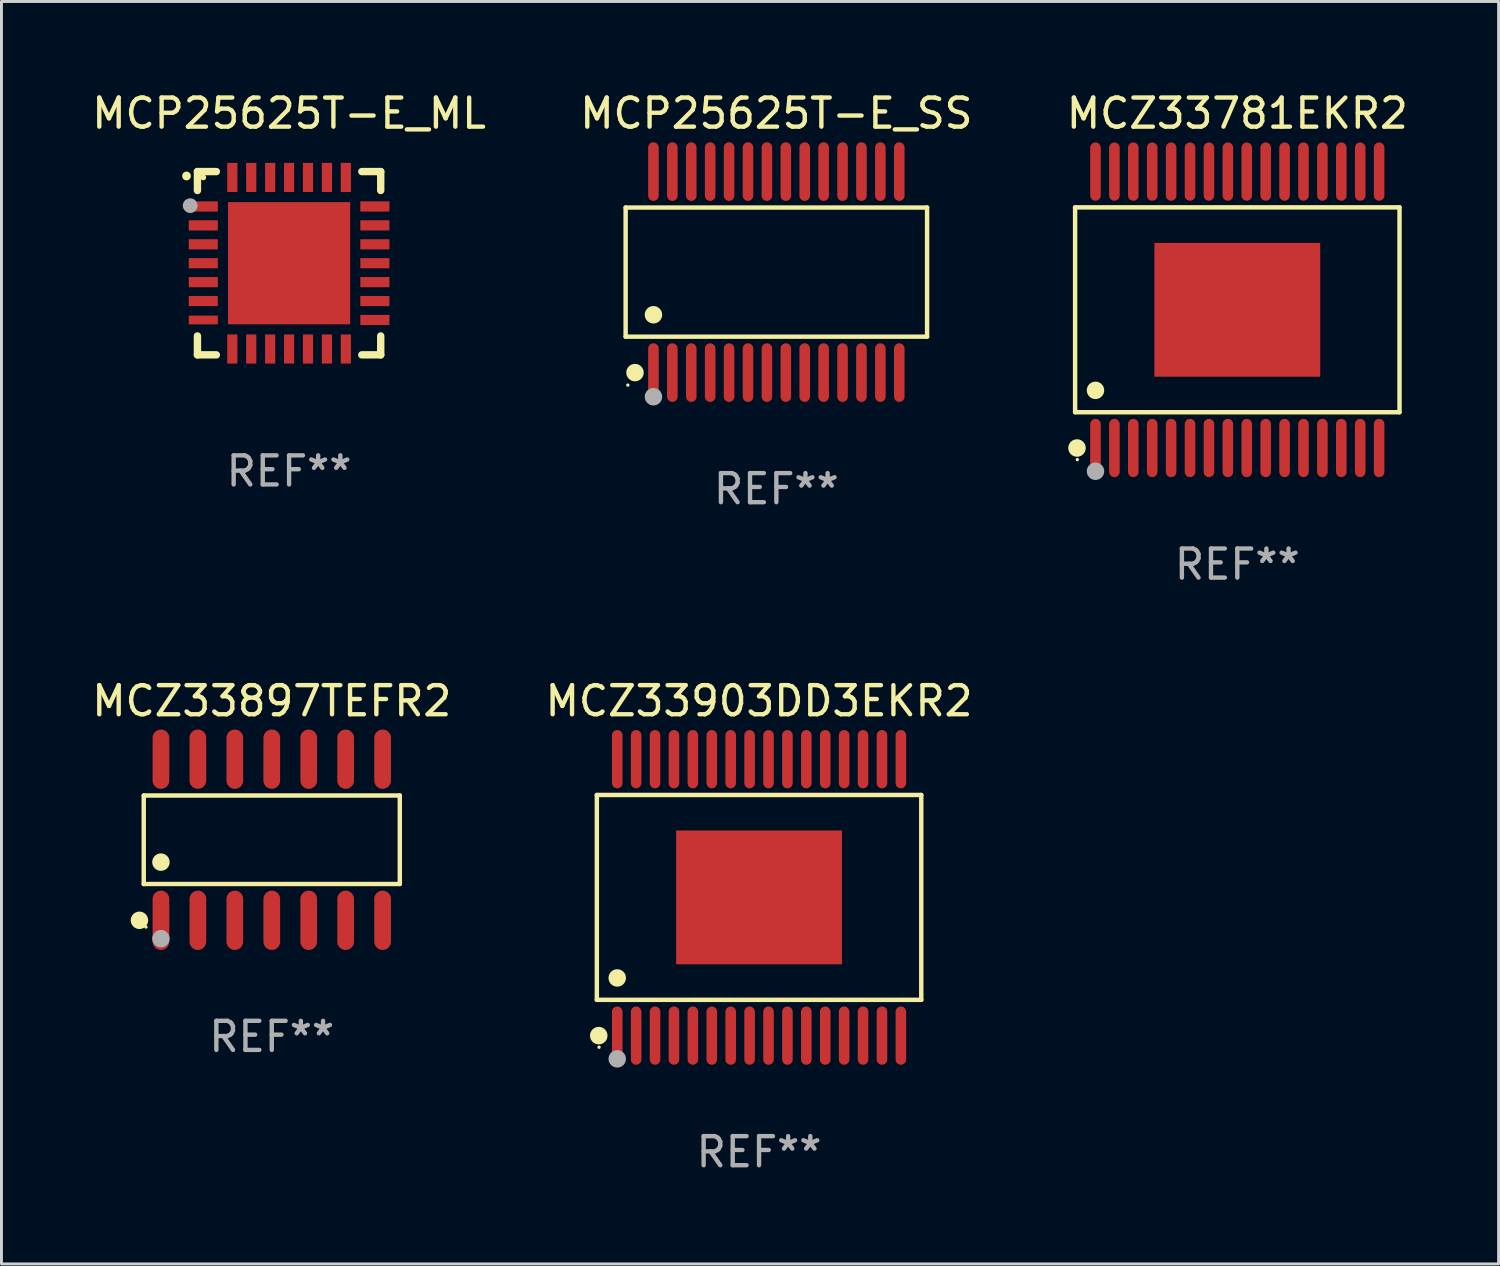
<source format=kicad_pcb>
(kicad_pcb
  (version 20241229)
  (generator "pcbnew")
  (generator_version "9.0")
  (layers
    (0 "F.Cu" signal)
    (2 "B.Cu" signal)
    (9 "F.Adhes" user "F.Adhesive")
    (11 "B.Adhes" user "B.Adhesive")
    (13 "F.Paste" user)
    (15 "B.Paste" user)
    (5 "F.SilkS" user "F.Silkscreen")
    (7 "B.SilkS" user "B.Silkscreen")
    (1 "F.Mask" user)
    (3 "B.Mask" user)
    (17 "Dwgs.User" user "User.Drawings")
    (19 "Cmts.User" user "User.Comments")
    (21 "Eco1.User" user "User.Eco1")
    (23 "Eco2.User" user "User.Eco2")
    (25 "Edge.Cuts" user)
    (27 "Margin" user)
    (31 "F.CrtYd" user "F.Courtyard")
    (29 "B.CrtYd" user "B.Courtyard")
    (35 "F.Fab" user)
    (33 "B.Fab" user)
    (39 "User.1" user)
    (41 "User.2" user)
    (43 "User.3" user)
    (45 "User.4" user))
  (footprint "MCP25625T-E_SS"
    (layer "F.Cu")
    (at 23.637 6.303)
    (property "Reference" "MCP25625T-E_SS" (at 0 -5.455 0) (layer "F.SilkS") (effects (font (size 1 1) (thickness 0.15))))
    (attr through_hole)
    (fp_line (start -5.181 -2.219) (end 5.181 -2.219) (stroke (width 0.152) (type solid)) (layer "F.SilkS"))
    (fp_line (start -5.181 2.219) (end -5.181 -2.219) (stroke (width 0.152) (type solid)) (layer "F.SilkS"))
    (fp_line (start 5.181 -2.219) (end 5.181 2.219) (stroke (width 0.152) (type solid)) (layer "F.SilkS"))
    (fp_line (start 5.181 2.219) (end -5.181 2.219) (stroke (width 0.152) (type solid)) (layer "F.SilkS"))
    (fp_circle (center -5.105 3.885) (end -5.075 3.885) (stroke (width 0.06) (type solid)) (fill no) (layer "F.SilkS"))
    (fp_circle (center -4.859 3.455) (end -4.709 3.455) (stroke (width 0.3) (type solid)) (fill no) (layer "F.SilkS"))
    (fp_circle (center -4.225 1.467) (end -4.075 1.467) (stroke (width 0.3) (type solid)) (fill no) (layer "F.SilkS"))
    (fp_circle (center -4.225 4.285) (end -4.075 4.285) (stroke (width 0.3) (type solid)) (fill no) (layer "F.Fab"))
    (fp_text user "REF**" (at 0 7.455 0) (layer "F.Fab") (effects (font (size 1 1) (thickness 0.15))))
    (pad "1" smd oval (at -4.225 3.455) (size 0.364 2.015) (layers "F.Cu" "F.Mask" "F.Paste"))
    (pad "2" smd oval (at -3.575 3.455) (size 0.364 2.015) (layers "F.Cu" "F.Mask" "F.Paste"))
    (pad "3" smd oval (at -2.925 3.455) (size 0.364 2.015) (layers "F.Cu" "F.Mask" "F.Paste"))
    (pad "4" smd oval (at -2.275 3.455) (size 0.364 2.015) (layers "F.Cu" "F.Mask" "F.Paste"))
    (pad "5" smd oval (at -1.625 3.455) (size 0.364 2.015) (layers "F.Cu" "F.Mask" "F.Paste"))
    (pad "6" smd oval (at -0.975 3.455) (size 0.364 2.015) (layers "F.Cu" "F.Mask" "F.Paste"))
    (pad "7" smd oval (at -0.325 3.455) (size 0.364 2.015) (layers "F.Cu" "F.Mask" "F.Paste"))
    (pad "8" smd oval (at 0.325 3.455) (size 0.364 2.015) (layers "F.Cu" "F.Mask" "F.Paste"))
    (pad "9" smd oval (at 0.975 3.455) (size 0.364 2.015) (layers "F.Cu" "F.Mask" "F.Paste"))
    (pad "10" smd oval (at 1.625 3.455) (size 0.364 2.015) (layers "F.Cu" "F.Mask" "F.Paste"))
    (pad "11" smd oval (at 2.275 3.455) (size 0.364 2.015) (layers "F.Cu" "F.Mask" "F.Paste"))
    (pad "12" smd oval (at 2.925 3.455) (size 0.364 2.015) (layers "F.Cu" "F.Mask" "F.Paste"))
    (pad "13" smd oval (at 3.575 3.455) (size 0.364 2.015) (layers "F.Cu" "F.Mask" "F.Paste"))
    (pad "14" smd oval (at 4.225 3.455) (size 0.364 2.015) (layers "F.Cu" "F.Mask" "F.Paste"))
    (pad "15" smd oval (at 4.225 -3.455) (size 0.364 2.015) (layers "F.Cu" "F.Mask" "F.Paste"))
    (pad "16" smd oval (at 3.575 -3.455) (size 0.364 2.015) (layers "F.Cu" "F.Mask" "F.Paste"))
    (pad "17" smd oval (at 2.925 -3.455) (size 0.364 2.015) (layers "F.Cu" "F.Mask" "F.Paste"))
    (pad "18" smd oval (at 2.275 -3.455) (size 0.364 2.015) (layers "F.Cu" "F.Mask" "F.Paste"))
    (pad "19" smd oval (at 1.625 -3.455) (size 0.364 2.015) (layers "F.Cu" "F.Mask" "F.Paste"))
    (pad "20" smd oval (at 0.975 -3.455) (size 0.364 2.015) (layers "F.Cu" "F.Mask" "F.Paste"))
    (pad "21" smd oval (at 0.325 -3.455) (size 0.364 2.015) (layers "F.Cu" "F.Mask" "F.Paste"))
    (pad "22" smd oval (at -0.325 -3.455) (size 0.364 2.015) (layers "F.Cu" "F.Mask" "F.Paste"))
    (pad "23" smd oval (at -0.975 -3.455) (size 0.364 2.015) (layers "F.Cu" "F.Mask" "F.Paste"))
    (pad "24" smd oval (at -1.625 -3.455) (size 0.364 2.015) (layers "F.Cu" "F.Mask" "F.Paste"))
    (pad "25" smd oval (at -2.275 -3.455) (size 0.364 2.015) (layers "F.Cu" "F.Mask" "F.Paste"))
    (pad "26" smd oval (at -2.925 -3.455) (size 0.364 2.015) (layers "F.Cu" "F.Mask" "F.Paste"))
    (pad "27" smd oval (at -3.575 -3.455) (size 0.364 2.015) (layers "F.Cu" "F.Mask" "F.Paste"))
    (pad "28" smd oval (at -4.225 -3.455) (size 0.364 2.015) (layers "F.Cu" "F.Mask" "F.Paste")))
  (footprint "MCZ33903DD3EKR2"
    (layer "F.Cu")
    (at 23.042 27.798)
    (property "Reference" "MCZ33903DD3EKR2" (at 0 -6.751 0) (layer "F.SilkS") (effects (font (size 1 1) (thickness 0.15))))
    (attr through_hole)
    (fp_line (start -5.576 -3.521) (end 5.576 -3.521) (stroke (width 0.152) (type solid)) (layer "F.SilkS"))
    (fp_line (start -5.576 3.521) (end -5.576 -3.521) (stroke (width 0.152) (type solid)) (layer "F.SilkS"))
    (fp_line (start 5.576 -3.521) (end 5.576 3.521) (stroke (width 0.152) (type solid)) (layer "F.SilkS"))
    (fp_line (start 5.576 3.521) (end -5.576 3.521) (stroke (width 0.152) (type solid)) (layer "F.SilkS"))
    (fp_circle (center -5.51 4.751) (end -5.359 4.751) (stroke (width 0.3) (type solid)) (fill no) (layer "F.SilkS"))
    (fp_circle (center -5.5 5.15) (end -5.47 5.15) (stroke (width 0.06) (type solid)) (fill no) (layer "F.SilkS"))
    (fp_circle (center -4.875 2.769) (end -4.725 2.769) (stroke (width 0.3) (type solid)) (fill no) (layer "F.SilkS"))
    (fp_circle (center -4.875 5.55) (end -4.725 5.55) (stroke (width 0.3) (type solid)) (fill no) (layer "F.Fab"))
    (fp_text user "REF**" (at 0 8.751 0) (layer "F.Fab") (effects (font (size 1 1) (thickness 0.15))))
    (pad "1" smd oval (at -4.875 4.751) (size 0.364 2.002) (layers "F.Cu" "F.Mask" "F.Paste"))
    (pad "2" smd oval (at -4.225 4.751) (size 0.364 2.002) (layers "F.Cu" "F.Mask" "F.Paste"))
    (pad "3" smd oval (at -3.575 4.751) (size 0.364 2.002) (layers "F.Cu" "F.Mask" "F.Paste"))
    (pad "4" smd oval (at -2.925 4.751) (size 0.364 2.002) (layers "F.Cu" "F.Mask" "F.Paste"))
    (pad "5" smd oval (at -2.275 4.751) (size 0.364 2.002) (layers "F.Cu" "F.Mask" "F.Paste"))
    (pad "6" smd oval (at -1.625 4.751) (size 0.364 2.002) (layers "F.Cu" "F.Mask" "F.Paste"))
    (pad "7" smd oval (at -0.975 4.751) (size 0.364 2.002) (layers "F.Cu" "F.Mask" "F.Paste"))
    (pad "8" smd oval (at -0.325 4.751) (size 0.364 2.002) (layers "F.Cu" "F.Mask" "F.Paste"))
    (pad "9" smd oval (at 0.325 4.751) (size 0.364 2.002) (layers "F.Cu" "F.Mask" "F.Paste"))
    (pad "10" smd oval (at 0.975 4.751) (size 0.364 2.002) (layers "F.Cu" "F.Mask" "F.Paste"))
    (pad "11" smd oval (at 1.625 4.751) (size 0.364 2.002) (layers "F.Cu" "F.Mask" "F.Paste"))
    (pad "12" smd oval (at 2.275 4.751) (size 0.364 2.002) (layers "F.Cu" "F.Mask" "F.Paste"))
    (pad "13" smd oval (at 2.925 4.751) (size 0.364 2.002) (layers "F.Cu" "F.Mask" "F.Paste"))
    (pad "14" smd oval (at 3.575 4.751) (size 0.364 2.002) (layers "F.Cu" "F.Mask" "F.Paste"))
    (pad "15" smd oval (at 4.225 4.751) (size 0.364 2.002) (layers "F.Cu" "F.Mask" "F.Paste"))
    (pad "16" smd oval (at 4.875 4.751) (size 0.364 2.002) (layers "F.Cu" "F.Mask" "F.Paste"))
    (pad "17" smd oval (at 4.875 -4.751) (size 0.364 2.002) (layers "F.Cu" "F.Mask" "F.Paste"))
    (pad "18" smd oval (at 4.225 -4.751) (size 0.364 2.002) (layers "F.Cu" "F.Mask" "F.Paste"))
    (pad "19" smd oval (at 3.575 -4.751) (size 0.364 2.002) (layers "F.Cu" "F.Mask" "F.Paste"))
    (pad "20" smd oval (at 2.925 -4.751) (size 0.364 2.002) (layers "F.Cu" "F.Mask" "F.Paste"))
    (pad "21" smd oval (at 2.275 -4.751) (size 0.364 2.002) (layers "F.Cu" "F.Mask" "F.Paste"))
    (pad "22" smd oval (at 1.625 -4.751) (size 0.364 2.002) (layers "F.Cu" "F.Mask" "F.Paste"))
    (pad "23" smd oval (at 0.975 -4.751) (size 0.364 2.002) (layers "F.Cu" "F.Mask" "F.Paste"))
    (pad "24" smd oval (at 0.325 -4.751) (size 0.364 2.002) (layers "F.Cu" "F.Mask" "F.Paste"))
    (pad "25" smd oval (at -0.325 -4.751) (size 0.364 2.002) (layers "F.Cu" "F.Mask" "F.Paste"))
    (pad "26" smd oval (at -0.975 -4.751) (size 0.364 2.002) (layers "F.Cu" "F.Mask" "F.Paste"))
    (pad "27" smd oval (at -1.625 -4.751) (size 0.364 2.002) (layers "F.Cu" "F.Mask" "F.Paste"))
    (pad "28" smd oval (at -2.275 -4.751) (size 0.364 2.002) (layers "F.Cu" "F.Mask" "F.Paste"))
    (pad "29" smd oval (at -2.925 -4.751) (size 0.364 2.002) (layers "F.Cu" "F.Mask" "F.Paste"))
    (pad "30" smd oval (at -3.575 -4.751) (size 0.364 2.002) (layers "F.Cu" "F.Mask" "F.Paste"))
    (pad "31" smd oval (at -4.225 -4.751) (size 0.364 2.002) (layers "F.Cu" "F.Mask" "F.Paste"))
    (pad "32" smd oval (at -4.875 -4.751) (size 0.364 2.002) (layers "F.Cu" "F.Mask" "F.Paste"))
    (pad "33" smd rect (at 0 0) (size 5.7 4.6) (layers "F.Cu" "F.Mask" "F.Paste")))
  (footprint "MCZ33897TEFR2"
    (layer "F.Cu")
    (at 6.292 25.816)
    (property "Reference" "MCZ33897TEFR2" (at 0 -4.769 0) (layer "F.SilkS") (effects (font (size 1 1) (thickness 0.15))))
    (attr through_hole)
    (fp_line (start -4.401 -1.521) (end 4.401 -1.521) (stroke (width 0.152) (type solid)) (layer "F.SilkS"))
    (fp_line (start -4.401 1.521) (end -4.401 -1.521) (stroke (width 0.152) (type solid)) (layer "F.SilkS"))
    (fp_line (start 4.401 -1.521) (end 4.401 1.521) (stroke (width 0.152) (type solid)) (layer "F.SilkS"))
    (fp_line (start 4.401 1.521) (end -4.401 1.521) (stroke (width 0.152) (type solid)) (layer "F.SilkS"))
    (fp_circle (center -4.549 2.769) (end -4.399 2.769) (stroke (width 0.3) (type solid)) (fill no) (layer "F.SilkS"))
    (fp_circle (center -4.325 3) (end -4.295 3) (stroke (width 0.06) (type solid)) (fill no) (layer "F.SilkS"))
    (fp_circle (center -3.81 0.769) (end -3.66 0.769) (stroke (width 0.3) (type solid)) (fill no) (layer "F.SilkS"))
    (fp_circle (center -3.81 3.4) (end -3.66 3.4) (stroke (width 0.3) (type solid)) (fill no) (layer "F.Fab"))
    (fp_text user "REF**" (at 0 6.769 0) (layer "F.Fab") (effects (font (size 1 1) (thickness 0.15))))
    (pad "1" smd oval (at -3.81 2.769) (size 0.574 2.038) (layers "F.Cu" "F.Mask" "F.Paste"))
    (pad "2" smd oval (at -2.54 2.769) (size 0.574 2.038) (layers "F.Cu" "F.Mask" "F.Paste"))
    (pad "3" smd oval (at -1.27 2.769) (size 0.574 2.038) (layers "F.Cu" "F.Mask" "F.Paste"))
    (pad "4" smd oval (at 0 2.769) (size 0.574 2.038) (layers "F.Cu" "F.Mask" "F.Paste"))
    (pad "5" smd oval (at 1.27 2.769) (size 0.574 2.038) (layers "F.Cu" "F.Mask" "F.Paste"))
    (pad "6" smd oval (at 2.54 2.769) (size 0.574 2.038) (layers "F.Cu" "F.Mask" "F.Paste"))
    (pad "7" smd oval (at 3.81 2.769) (size 0.574 2.038) (layers "F.Cu" "F.Mask" "F.Paste"))
    (pad "8" smd oval (at 3.81 -2.769) (size 0.574 2.038) (layers "F.Cu" "F.Mask" "F.Paste"))
    (pad "9" smd oval (at 2.54 -2.769) (size 0.574 2.038) (layers "F.Cu" "F.Mask" "F.Paste"))
    (pad "10" smd oval (at 1.27 -2.769) (size 0.574 2.038) (layers "F.Cu" "F.Mask" "F.Paste"))
    (pad "11" smd oval (at 0 -2.769) (size 0.574 2.038) (layers "F.Cu" "F.Mask" "F.Paste"))
    (pad "12" smd oval (at -1.27 -2.769) (size 0.574 2.038) (layers "F.Cu" "F.Mask" "F.Paste"))
    (pad "13" smd oval (at -2.54 -2.769) (size 0.574 2.038) (layers "F.Cu" "F.Mask" "F.Paste"))
    (pad "14" smd oval (at -3.81 -2.769) (size 0.574 2.038) (layers "F.Cu" "F.Mask" "F.Paste")))
  (footprint "MCP25625T-E_ML"
    (layer "F.Cu")
    (at 6.887 5.998)
    (property "Reference" "MCP25625T-E_ML" (at 0 -5.15 0) (layer "F.SilkS") (effects (font (size 1 1) (thickness 0.15))))
    (attr through_hole)
    (fp_line (start -3.15 -3.15) (end -2.5 -3.15) (stroke (width 0.254) (type solid)) (layer "F.SilkS"))
    (fp_line (start -3.15 -2.5) (end -3.15 -3.15) (stroke (width 0.254) (type solid)) (layer "F.SilkS"))
    (fp_line (start -3.15 3.15) (end -3.15 2.5) (stroke (width 0.254) (type solid)) (layer "F.SilkS"))
    (fp_line (start -2.5 3.15) (end -3.15 3.15) (stroke (width 0.254) (type solid)) (layer "F.SilkS"))
    (fp_line (start 2.5 -3.15) (end 3.15 -3.15) (stroke (width 0.254) (type solid)) (layer "F.SilkS"))
    (fp_line (start 2.5 3.15) (end 3.15 3.15) (stroke (width 0.254) (type solid)) (layer "F.SilkS"))
    (fp_line (start 3.15 -3.15) (end 3.15 -2.5) (stroke (width 0.254) (type solid)) (layer "F.SilkS"))
    (fp_line (start 3.15 3.15) (end 3.15 2.5) (stroke (width 0.254) (type solid)) (layer "F.SilkS"))
    (fp_arc (start -3.525527 -2.997206) (mid -3.525532 -2.998476) (end -3.525527 -2.999746) (stroke (width 0.3) (type solid)) (layer "F.SilkS"))
    (fp_circle (center -2.95 -2.95) (end -2.9 -2.95) (stroke (width 0.1) (type solid)) (fill no) (layer "F.SilkS"))
    (fp_circle (center -3.4 -1.98) (end -3.273 -1.98) (stroke (width 0.254) (type solid)) (fill no) (layer "F.Fab"))
    (fp_text user "REF**" (at 0 7.15 0) (layer "F.Fab") (effects (font (size 1 1) (thickness 0.15))))
    (pad "1" smd rect (at -2.949 -1.951 90) (size 0.35 1) (layers "F.Cu" "F.Mask" "F.Paste"))
    (pad "2" smd rect (at -2.949 -1.301 90) (size 0.35 1) (layers "F.Cu" "F.Mask" "F.Paste"))
    (pad "3" smd rect (at -2.949 -0.65 90) (size 0.35 1) (layers "F.Cu" "F.Mask" "F.Paste"))
    (pad "4" smd rect (at -2.949 -0.000025 90) (size 0.35 1) (layers "F.Cu" "F.Mask" "F.Paste"))
    (pad "5" smd rect (at -2.949 0.65 90) (size 0.35 1) (layers "F.Cu" "F.Mask" "F.Paste"))
    (pad "6" smd rect (at -2.949 1.3 90) (size 0.35 1) (layers "F.Cu" "F.Mask" "F.Paste"))
    (pad "7" smd rect (at -2.949 1.951 90) (size 0.3 1) (layers "F.Cu" "F.Mask" "F.Paste"))
    (pad "8" smd rect (at -1.951 2.949) (size 0.35 1) (layers "F.Cu" "F.Mask" "F.Paste"))
    (pad "9" smd rect (at -1.301 2.949) (size 0.35 1) (layers "F.Cu" "F.Mask" "F.Paste"))
    (pad "10" smd rect (at -0.65 2.949) (size 0.35 1) (layers "F.Cu" "F.Mask" "F.Paste"))
    (pad "11" smd rect (at -0.000076 2.949) (size 0.35 1) (layers "F.Cu" "F.Mask" "F.Paste"))
    (pad "12" smd rect (at 0.65 2.949) (size 0.35 1) (layers "F.Cu" "F.Mask" "F.Paste"))
    (pad "13" smd rect (at 1.3 2.949) (size 0.35 1) (layers "F.Cu" "F.Mask" "F.Paste"))
    (pad "14" smd rect (at 1.951 2.949) (size 0.35 1) (layers "F.Cu" "F.Mask" "F.Paste"))
    (pad "15" smd rect (at 2.949 1.951 90) (size 0.35 1) (layers "F.Cu" "F.Mask" "F.Paste"))
    (pad "16" smd rect (at 2.949 1.3 90) (size 0.35 1) (layers "F.Cu" "F.Mask" "F.Paste"))
    (pad "17" smd rect (at 2.949 0.65 90) (size 0.35 1) (layers "F.Cu" "F.Mask" "F.Paste"))
    (pad "18" smd rect (at 2.949 -0.000025 90) (size 0.35 1) (layers "F.Cu" "F.Mask" "F.Paste"))
    (pad "19" smd rect (at 2.949 -0.65 90) (size 0.35 1) (layers "F.Cu" "F.Mask" "F.Paste"))
    (pad "20" smd rect (at 2.949 -1.301 90) (size 0.35 1) (layers "F.Cu" "F.Mask" "F.Paste"))
    (pad "21" smd rect (at 2.949 -1.951 90) (size 0.35 1) (layers "F.Cu" "F.Mask" "F.Paste"))
    (pad "22" smd rect (at 1.951 -2.949) (size 0.35 1) (layers "F.Cu" "F.Mask" "F.Paste"))
    (pad "23" smd rect (at 1.3 -2.949) (size 0.35 1) (layers "F.Cu" "F.Mask" "F.Paste"))
    (pad "24" smd rect (at 0.65 -2.949) (size 0.35 1) (layers "F.Cu" "F.Mask" "F.Paste"))
    (pad "25" smd rect (at -0.000076 -2.949) (size 0.35 1) (layers "F.Cu" "F.Mask" "F.Paste"))
    (pad "26" smd rect (at -0.65 -2.949) (size 0.35 1) (layers "F.Cu" "F.Mask" "F.Paste"))
    (pad "27" smd rect (at -1.301 -2.949) (size 0.35 1) (layers "F.Cu" "F.Mask" "F.Paste"))
    (pad "28" smd rect (at -1.951 -2.949) (size 0.35 1) (layers "F.Cu" "F.Mask" "F.Paste"))
    (pad "29" smd rect (at -0.000076 -0.000025) (size 4.2 4.2) (layers "F.Cu" "F.Mask" "F.Paste")))
  (footprint "MCZ33781EKR2"
    (layer "F.Cu")
    (at 39.482 7.599)
    (property "Reference" "MCZ33781EKR2" (at 0 -6.751 0) (layer "F.SilkS") (effects (font (size 1 1) (thickness 0.15))))
    (attr through_hole)
    (fp_line (start -5.576 -3.521) (end 5.576 -3.521) (stroke (width 0.152) (type solid)) (layer "F.SilkS"))
    (fp_line (start -5.576 3.521) (end -5.576 -3.521) (stroke (width 0.152) (type solid)) (layer "F.SilkS"))
    (fp_line (start 5.576 -3.521) (end 5.576 3.521) (stroke (width 0.152) (type solid)) (layer "F.SilkS"))
    (fp_line (start 5.576 3.521) (end -5.576 3.521) (stroke (width 0.152) (type solid)) (layer "F.SilkS"))
    (fp_circle (center -5.51 4.751) (end -5.359 4.751) (stroke (width 0.3) (type solid)) (fill no) (layer "F.SilkS"))
    (fp_circle (center -5.5 5.15) (end -5.47 5.15) (stroke (width 0.06) (type solid)) (fill no) (layer "F.SilkS"))
    (fp_circle (center -4.875 2.769) (end -4.725 2.769) (stroke (width 0.3) (type solid)) (fill no) (layer "F.SilkS"))
    (fp_circle (center -4.875 5.55) (end -4.725 5.55) (stroke (width 0.3) (type solid)) (fill no) (layer "F.Fab"))
    (fp_text user "REF**" (at 0 8.751 0) (layer "F.Fab") (effects (font (size 1 1) (thickness 0.15))))
    (pad "1" smd oval (at -4.875 4.751) (size 0.364 2.002) (layers "F.Cu" "F.Mask" "F.Paste"))
    (pad "2" smd oval (at -4.225 4.751) (size 0.364 2.002) (layers "F.Cu" "F.Mask" "F.Paste"))
    (pad "3" smd oval (at -3.575 4.751) (size 0.364 2.002) (layers "F.Cu" "F.Mask" "F.Paste"))
    (pad "4" smd oval (at -2.925 4.751) (size 0.364 2.002) (layers "F.Cu" "F.Mask" "F.Paste"))
    (pad "5" smd oval (at -2.275 4.751) (size 0.364 2.002) (layers "F.Cu" "F.Mask" "F.Paste"))
    (pad "6" smd oval (at -1.625 4.751) (size 0.364 2.002) (layers "F.Cu" "F.Mask" "F.Paste"))
    (pad "7" smd oval (at -0.975 4.751) (size 0.364 2.002) (layers "F.Cu" "F.Mask" "F.Paste"))
    (pad "8" smd oval (at -0.325 4.751) (size 0.364 2.002) (layers "F.Cu" "F.Mask" "F.Paste"))
    (pad "9" smd oval (at 0.325 4.751) (size 0.364 2.002) (layers "F.Cu" "F.Mask" "F.Paste"))
    (pad "10" smd oval (at 0.975 4.751) (size 0.364 2.002) (layers "F.Cu" "F.Mask" "F.Paste"))
    (pad "11" smd oval (at 1.625 4.751) (size 0.364 2.002) (layers "F.Cu" "F.Mask" "F.Paste"))
    (pad "12" smd oval (at 2.275 4.751) (size 0.364 2.002) (layers "F.Cu" "F.Mask" "F.Paste"))
    (pad "13" smd oval (at 2.925 4.751) (size 0.364 2.002) (layers "F.Cu" "F.Mask" "F.Paste"))
    (pad "14" smd oval (at 3.575 4.751) (size 0.364 2.002) (layers "F.Cu" "F.Mask" "F.Paste"))
    (pad "15" smd oval (at 4.225 4.751) (size 0.364 2.002) (layers "F.Cu" "F.Mask" "F.Paste"))
    (pad "16" smd oval (at 4.875 4.751) (size 0.364 2.002) (layers "F.Cu" "F.Mask" "F.Paste"))
    (pad "17" smd oval (at 4.875 -4.751) (size 0.364 2.002) (layers "F.Cu" "F.Mask" "F.Paste"))
    (pad "18" smd oval (at 4.225 -4.751) (size 0.364 2.002) (layers "F.Cu" "F.Mask" "F.Paste"))
    (pad "19" smd oval (at 3.575 -4.751) (size 0.364 2.002) (layers "F.Cu" "F.Mask" "F.Paste"))
    (pad "20" smd oval (at 2.925 -4.751) (size 0.364 2.002) (layers "F.Cu" "F.Mask" "F.Paste"))
    (pad "21" smd oval (at 2.275 -4.751) (size 0.364 2.002) (layers "F.Cu" "F.Mask" "F.Paste"))
    (pad "22" smd oval (at 1.625 -4.751) (size 0.364 2.002) (layers "F.Cu" "F.Mask" "F.Paste"))
    (pad "23" smd oval (at 0.975 -4.751) (size 0.364 2.002) (layers "F.Cu" "F.Mask" "F.Paste"))
    (pad "24" smd oval (at 0.325 -4.751) (size 0.364 2.002) (layers "F.Cu" "F.Mask" "F.Paste"))
    (pad "25" smd oval (at -0.325 -4.751) (size 0.364 2.002) (layers "F.Cu" "F.Mask" "F.Paste"))
    (pad "26" smd oval (at -0.975 -4.751) (size 0.364 2.002) (layers "F.Cu" "F.Mask" "F.Paste"))
    (pad "27" smd oval (at -1.625 -4.751) (size 0.364 2.002) (layers "F.Cu" "F.Mask" "F.Paste"))
    (pad "28" smd oval (at -2.275 -4.751) (size 0.364 2.002) (layers "F.Cu" "F.Mask" "F.Paste"))
    (pad "29" smd oval (at -2.925 -4.751) (size 0.364 2.002) (layers "F.Cu" "F.Mask" "F.Paste"))
    (pad "30" smd oval (at -3.575 -4.751) (size 0.364 2.002) (layers "F.Cu" "F.Mask" "F.Paste"))
    (pad "31" smd oval (at -4.225 -4.751) (size 0.364 2.002) (layers "F.Cu" "F.Mask" "F.Paste"))
    (pad "32" smd oval (at -4.875 -4.751) (size 0.364 2.002) (layers "F.Cu" "F.Mask" "F.Paste"))
    (pad "33" smd rect (at 0 0) (size 5.7 4.6) (layers "F.Cu" "F.Mask" "F.Paste")))
  (gr_rect
    (start -3 -3)
    (end 48.464 40.397)
    (stroke (width 0.1) (type default))
    (fill no)
    (layer "Edge.Cuts")))
</source>
